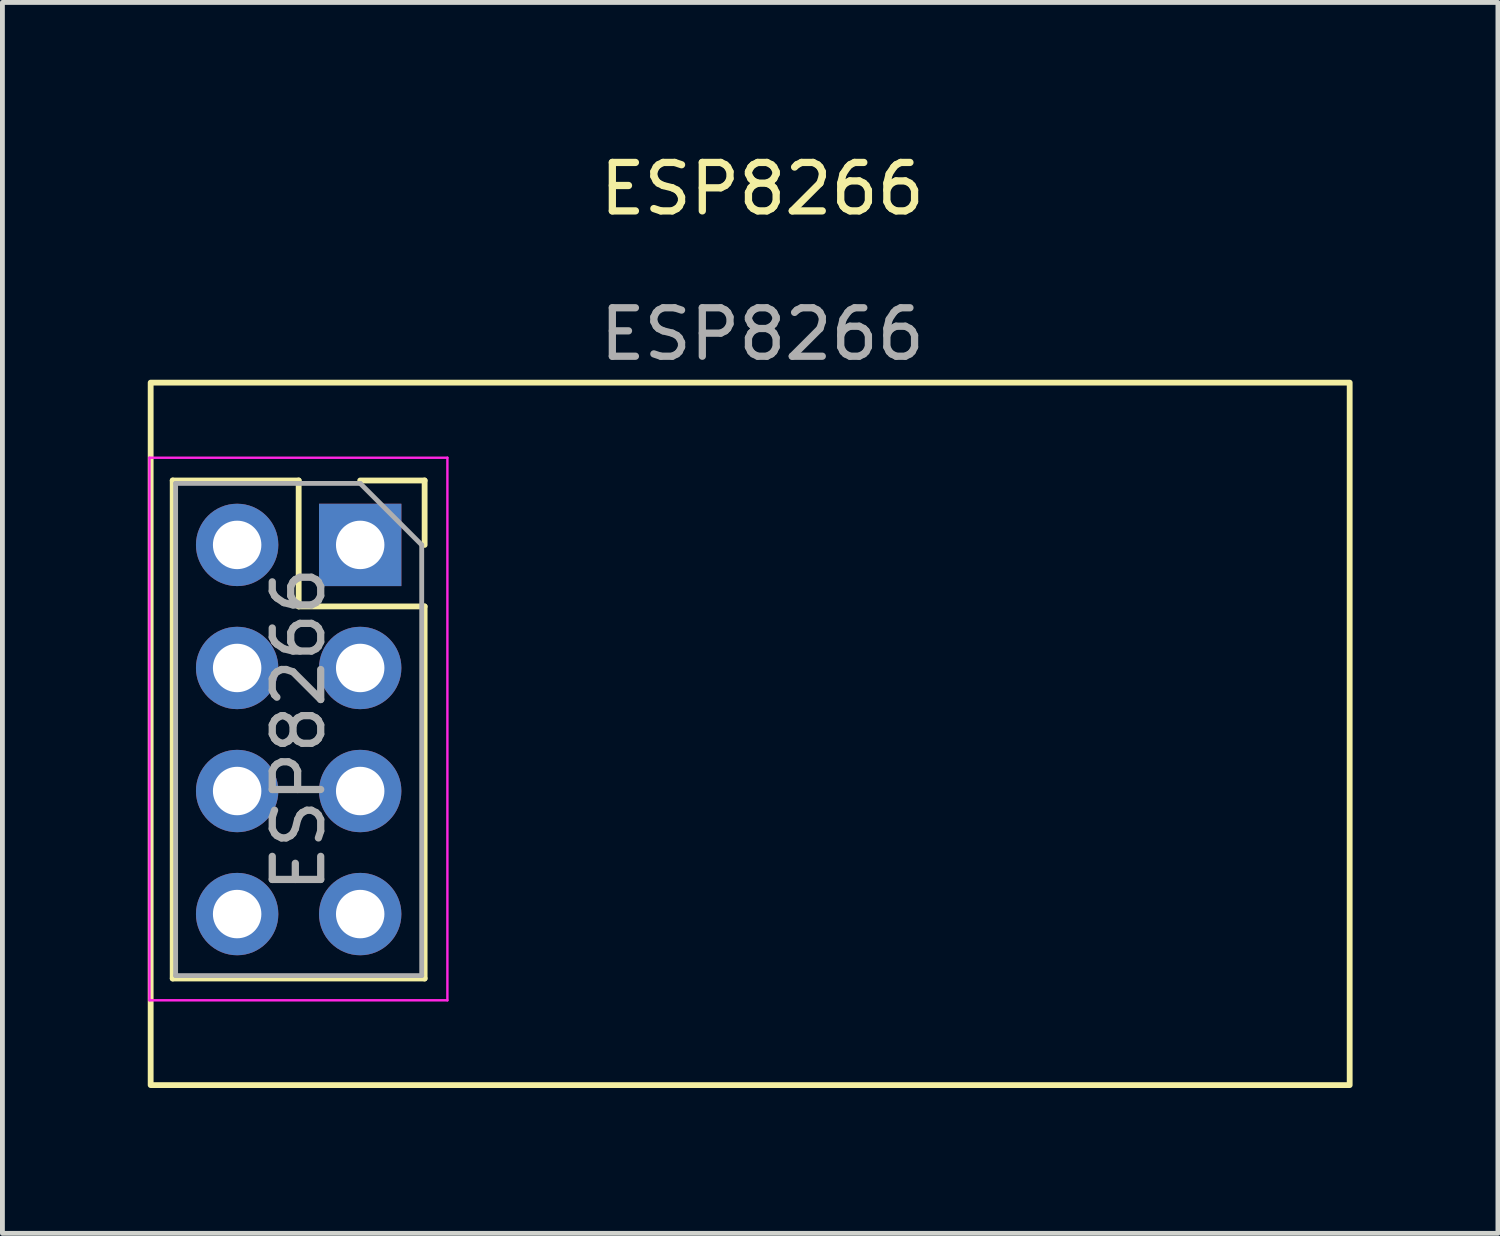
<source format=kicad_pcb>
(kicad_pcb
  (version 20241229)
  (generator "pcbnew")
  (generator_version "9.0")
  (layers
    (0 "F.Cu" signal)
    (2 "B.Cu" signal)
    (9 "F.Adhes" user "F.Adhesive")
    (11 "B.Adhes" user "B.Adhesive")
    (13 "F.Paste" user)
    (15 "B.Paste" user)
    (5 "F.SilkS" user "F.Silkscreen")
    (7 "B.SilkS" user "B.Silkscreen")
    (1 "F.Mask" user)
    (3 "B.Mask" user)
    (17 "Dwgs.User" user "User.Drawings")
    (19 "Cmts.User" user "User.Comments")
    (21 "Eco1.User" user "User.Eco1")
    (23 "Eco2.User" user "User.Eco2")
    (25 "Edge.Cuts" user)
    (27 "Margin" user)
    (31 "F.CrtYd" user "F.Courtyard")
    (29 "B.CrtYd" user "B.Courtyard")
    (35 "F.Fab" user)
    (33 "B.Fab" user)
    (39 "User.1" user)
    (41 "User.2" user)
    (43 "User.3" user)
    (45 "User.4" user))
  (footprint "ESP8266"
    (layer "F.Cu")
    (at 12.435 6.348)
    (property "Reference" "ESP8266" (at 0.25 -5.5 0) (unlocked yes) (layer "F.SilkS") (effects (font (size 1 1) (thickness 0.15))))
    (attr smd)
    (fp_line (start -11.92 0.52) (end -11.92 10.8) (stroke (width 0.12) (type solid)) (layer "F.SilkS"))
    (fp_line (start -9.32 0.52) (end -11.92 0.52) (stroke (width 0.12) (type solid)) (layer "F.SilkS"))
    (fp_line (start -9.32 3.12) (end -9.32 0.52) (stroke (width 0.12) (type solid)) (layer "F.SilkS"))
    (fp_line (start -6.72 0.52) (end -8.05 0.52) (stroke (width 0.12) (type solid)) (layer "F.SilkS"))
    (fp_line (start -6.72 1.85) (end -6.72 0.52) (stroke (width 0.12) (type solid)) (layer "F.SilkS"))
    (fp_line (start -6.72 3.12) (end -9.32 3.12) (stroke (width 0.12) (type solid)) (layer "F.SilkS"))
    (fp_line (start -6.72 3.12) (end -6.72 10.8) (stroke (width 0.12) (type solid)) (layer "F.SilkS"))
    (fp_line (start -6.72 10.8) (end -11.92 10.8) (stroke (width 0.12) (type solid)) (layer "F.SilkS"))
    (fp_rect (start -12.375 -1.5) (end 12.375 13) (stroke (width 0.12) (type solid)) (fill no) (layer "F.SilkS"))
    (fp_line (start -12.4 0.05) (end -6.25 0.05) (stroke (width 0.05) (type solid)) (layer "F.CrtYd"))
    (fp_line (start -12.4 11.25) (end -12.4 0.05) (stroke (width 0.05) (type solid)) (layer "F.CrtYd"))
    (fp_line (start -6.25 0.05) (end -6.25 11.25) (stroke (width 0.05) (type solid)) (layer "F.CrtYd"))
    (fp_line (start -6.25 11.25) (end -12.4 11.25) (stroke (width 0.05) (type solid)) (layer "F.CrtYd"))
    (fp_line (start -11.86 0.58) (end -11.86 10.74) (stroke (width 0.1) (type solid)) (layer "F.Fab"))
    (fp_line (start -11.86 10.74) (end -6.78 10.74) (stroke (width 0.1) (type solid)) (layer "F.Fab"))
    (fp_line (start -8.05 0.58) (end -11.86 0.58) (stroke (width 0.1) (type solid)) (layer "F.Fab"))
    (fp_line (start -6.78 1.85) (end -8.05 0.58) (stroke (width 0.1) (type solid)) (layer "F.Fab"))
    (fp_line (start -6.78 10.74) (end -6.78 1.85) (stroke (width 0.1) (type solid)) (layer "F.Fab"))
    (fp_text user "${REFERENCE}" (at -9.32 5.66 90) (layer "F.Fab") (effects (font (size 1 1) (thickness 0.15))))
    (fp_text user "${REFERENCE}" (at 0.25 -2.5 0) (unlocked yes) (layer "F.Fab") (effects (font (size 1 1) (thickness 0.15))))
    (pad "1" thru_hole rect (at -8.05 1.85) (size 1.7 1.7) (drill 1) (layers "*.Cu" "*.Mask"))
    (pad "2" thru_hole oval (at -10.59 1.85) (size 1.7 1.7) (drill 1) (layers "*.Cu" "*.Mask"))
    (pad "3" thru_hole oval (at -8.05 4.39) (size 1.7 1.7) (drill 1) (layers "*.Cu" "*.Mask"))
    (pad "4" thru_hole oval (at -10.59 4.39) (size 1.7 1.7) (drill 1) (layers "*.Cu" "*.Mask"))
    (pad "5" thru_hole oval (at -8.05 6.93) (size 1.7 1.7) (drill 1) (layers "*.Cu" "*.Mask"))
    (pad "6" thru_hole oval (at -10.59 6.93) (size 1.7 1.7) (drill 1) (layers "*.Cu" "*.Mask"))
    (pad "7" thru_hole oval (at -8.05 9.47) (size 1.7 1.7) (drill 1) (layers "*.Cu" "*.Mask"))
    (pad "8" thru_hole oval (at -10.59 9.47) (size 1.7 1.7) (drill 1) (layers "*.Cu" "*.Mask")))
  (gr_rect
    (start -3 -3)
    (end 27.87 22.408)
    (stroke (width 0.1) (type default))
    (fill no)
    (layer "Edge.Cuts")))
</source>
